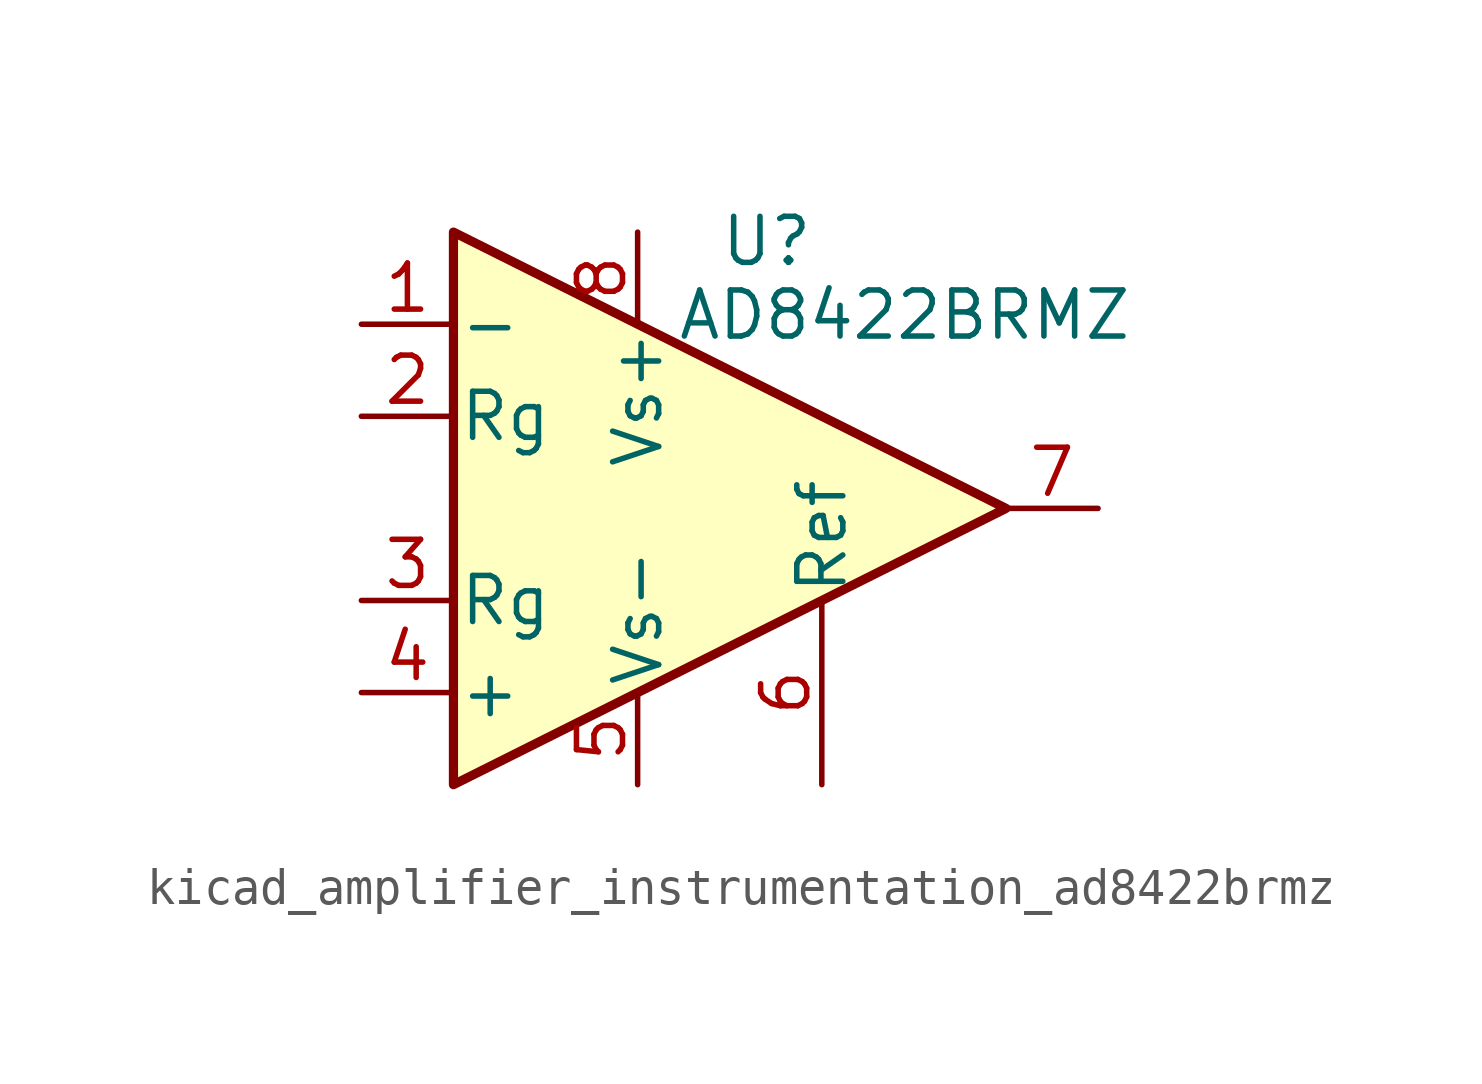
<source format=kicad_sym>
(kicad_symbol_lib
  (version 20220914)
  (generator kicad_symbol_editor)
  (symbol "kicad_amplifier_instrumentation_ad8422brmz"
    (pin_names
      (offset 0.127))
    (property "Reference" "U"
      (at 3.556 7.366 0)
      (effects (font (size 1.27 1.27))))
    (property "Value" "AD8422BRMZ"
      (at 7.366 5.334 0)
      (effects (font (size 1.27 1.27))))
    (symbol "kicad_amplifier_instrumentation_ad8422brmz_0_1"
      (polyline (pts (xy -5.08 7.62) (xy -5.08 -7.62) (xy 10.16 0) (xy -5.08 7.62)) (stroke (width 0.254) (type default)) (fill (type background))))
    (symbol "kicad_amplifier_instrumentation_ad8422brmz_1_1"
      (pin input line (at -7.62 5.08 0) (length 2.54) (name "-" (effects (font (size 1.27 1.27)))) (number "1" (effects (font (size 1.27 1.27)))))
      (pin passive line (at -7.62 2.54 0) (length 2.54) (name "Rg" (effects (font (size 1.27 1.27)))) (number "2" (effects (font (size 1.27 1.27)))))
      (pin passive line (at -7.62 -2.54 0) (length 2.54) (name "Rg" (effects (font (size 1.27 1.27)))) (number "3" (effects (font (size 1.27 1.27)))))
      (pin input line (at -7.62 -5.08 0) (length 2.54) (name "+" (effects (font (size 1.27 1.27)))) (number "4" (effects (font (size 1.27 1.27)))))
      (pin power_in line (at 0 -7.62 90) (length 2.54) (name "Vs-" (effects (font (size 1.27 1.27)))) (number "5" (effects (font (size 1.27 1.27)))))
      (pin passive line (at 5.08 -7.62 90) (length 5.08) (name "Ref" (effects (font (size 1.27 1.27)))) (number "6" (effects (font (size 1.27 1.27)))))
      (pin output line (at 12.7 0 180) (length 2.54) (name "~" (effects (font (size 1.27 1.27)))) (number "7" (effects (font (size 1.27 1.27)))))
      (pin power_in line (at 0 7.62 270) (length 2.54) (name "Vs+" (effects (font (size 1.27 1.27)))) (number "8" (effects (font (size 1.27 1.27))))))))
</source>
